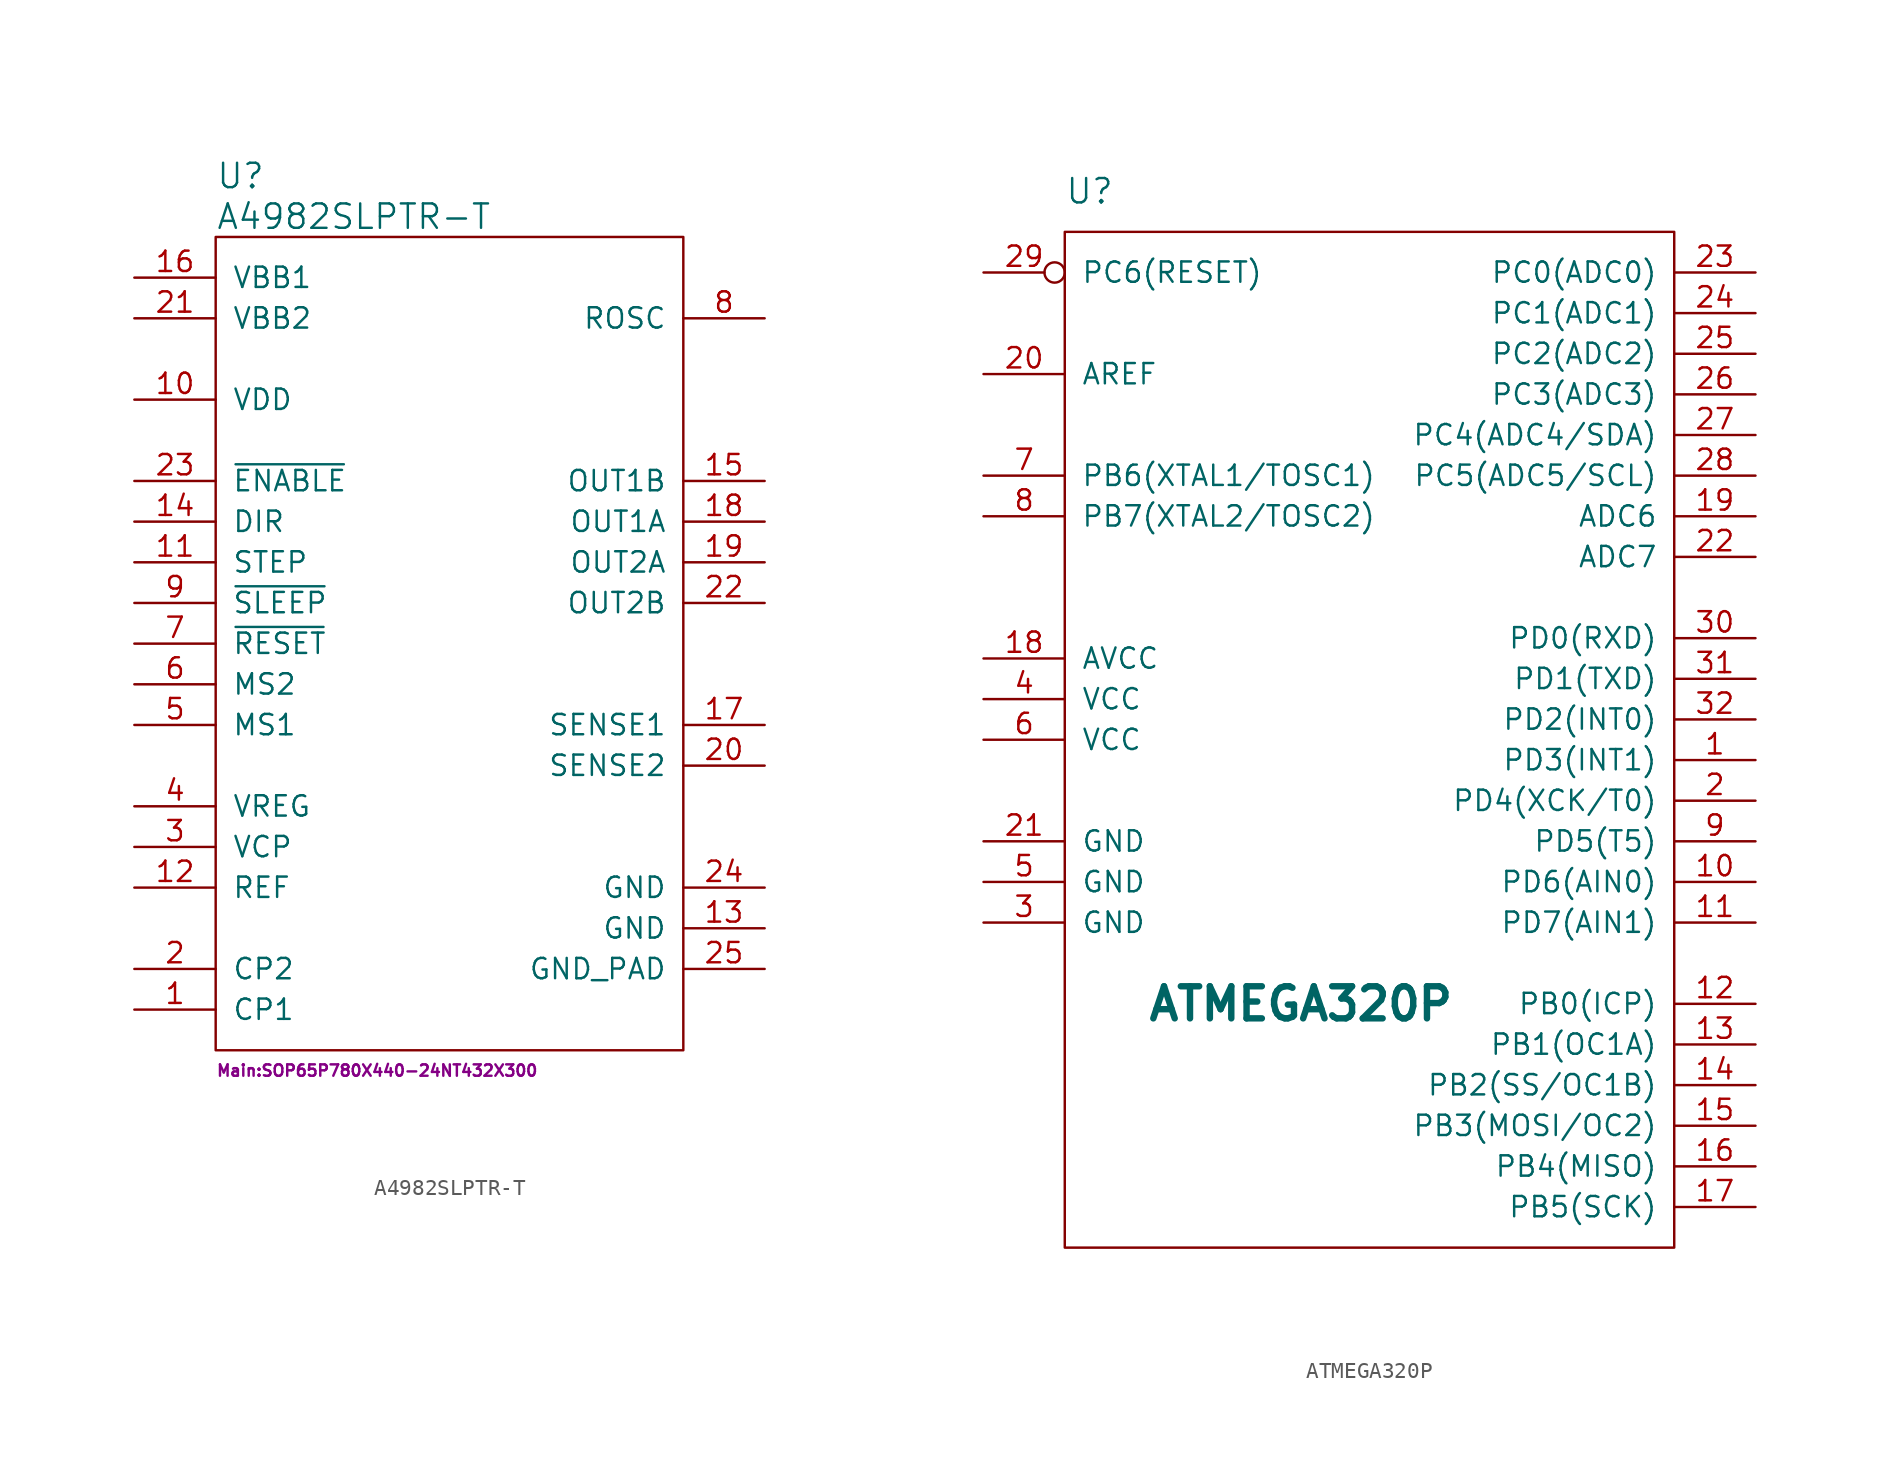
<source format=kicad_sym>
(kicad_symbol_lib
  (version 20211014)
  (generator kicad_symbol_editor)
  (symbol "A4982SLPTR-T"
    (pin_names
      (offset 1.016))
    (property "Reference" "U"
      (at -15.24 29.21 0)
      (effects (font (size 1.524 1.524)) (justify left)))
    (property "Value" "A4982SLPTR-T"
      (at -15.24 26.67 0)
      (effects (font (size 1.524 1.524)) (justify left)))
    (property "Footprint" "Main:SOP65P780X440-24NT432X300"
      (at -15.24 -26.67 0)
      (effects (font (size 0.711 0.711)) (justify left)))
    (property "Datasheet" ""
      (at 0 -15.24 0)
      (effects (font (size 1.524 1.524))))
    (symbol "A4982SLPTR-T_0_1"
      (rectangle (start -15.24 25.4) (end 13.97 -25.4) (stroke (width 0) (type default) (color 0 0 0 0)) (fill (type none))))
    (symbol "A4982SLPTR-T_1_1"
      (pin bidirectional line (at -20.32 -22.86 0) (length 5.08) (name "CP1" (effects (font (size 1.27 1.27)))) (number "1" (effects (font (size 1.27 1.27)))))
      (pin power_in line (at -20.32 15.24 0) (length 5.08) (name "VDD" (effects (font (size 1.27 1.27)))) (number "10" (effects (font (size 1.27 1.27)))))
      (pin input line (at -20.32 5.08 0) (length 5.08) (name "STEP" (effects (font (size 1.27 1.27)))) (number "11" (effects (font (size 1.27 1.27)))))
      (pin input line (at -20.32 -15.24 0) (length 5.08) (name "REF" (effects (font (size 1.27 1.27)))) (number "12" (effects (font (size 1.27 1.27)))))
      (pin power_in line (at 19.05 -17.78 180) (length 5.08) (name "GND" (effects (font (size 1.27 1.27)))) (number "13" (effects (font (size 1.27 1.27)))))
      (pin input line (at -20.32 7.62 0) (length 5.08) (name "DIR" (effects (font (size 1.27 1.27)))) (number "14" (effects (font (size 1.27 1.27)))))
      (pin output line (at 19.05 10.16 180) (length 5.08) (name "OUT1B" (effects (font (size 1.27 1.27)))) (number "15" (effects (font (size 1.27 1.27)))))
      (pin power_in line (at -20.32 22.86 0) (length 5.08) (name "VBB1" (effects (font (size 1.27 1.27)))) (number "16" (effects (font (size 1.27 1.27)))))
      (pin bidirectional line (at 19.05 -5.08 180) (length 5.08) (name "SENSE1" (effects (font (size 1.27 1.27)))) (number "17" (effects (font (size 1.27 1.27)))))
      (pin output line (at 19.05 7.62 180) (length 5.08) (name "OUT1A" (effects (font (size 1.27 1.27)))) (number "18" (effects (font (size 1.27 1.27)))))
      (pin output line (at 19.05 5.08 180) (length 5.08) (name "OUT2A" (effects (font (size 1.27 1.27)))) (number "19" (effects (font (size 1.27 1.27)))))
      (pin bidirectional line (at -20.32 -20.32 0) (length 5.08) (name "CP2" (effects (font (size 1.27 1.27)))) (number "2" (effects (font (size 1.27 1.27)))))
      (pin bidirectional line (at 19.05 -7.62 180) (length 5.08) (name "SENSE2" (effects (font (size 1.27 1.27)))) (number "20" (effects (font (size 1.27 1.27)))))
      (pin power_in line (at -20.32 20.32 0) (length 5.08) (name "VBB2" (effects (font (size 1.27 1.27)))) (number "21" (effects (font (size 1.27 1.27)))))
      (pin output line (at 19.05 2.54 180) (length 5.08) (name "OUT2B" (effects (font (size 1.27 1.27)))) (number "22" (effects (font (size 1.27 1.27)))))
      (pin input line (at -20.32 10.16 0) (length 5.08) (name "~{ENABLE}" (effects (font (size 1.27 1.27)))) (number "23" (effects (font (size 1.27 1.27)))))
      (pin power_in line (at 19.05 -15.24 180) (length 5.08) (name "GND" (effects (font (size 1.27 1.27)))) (number "24" (effects (font (size 1.27 1.27)))))
      (pin power_in line (at 19.05 -20.32 180) (length 5.08) (name "GND_PAD" (effects (font (size 1.27 1.27)))) (number "25" (effects (font (size 1.27 1.27)))))
      (pin bidirectional line (at -20.32 -12.7 0) (length 5.08) (name "VCP" (effects (font (size 1.27 1.27)))) (number "3" (effects (font (size 1.27 1.27)))))
      (pin bidirectional line (at -20.32 -10.16 0) (length 5.08) (name "VREG" (effects (font (size 1.27 1.27)))) (number "4" (effects (font (size 1.27 1.27)))))
      (pin input line (at -20.32 -5.08 0) (length 5.08) (name "MS1" (effects (font (size 1.27 1.27)))) (number "5" (effects (font (size 1.27 1.27)))))
      (pin input line (at -20.32 -2.54 0) (length 5.08) (name "MS2" (effects (font (size 1.27 1.27)))) (number "6" (effects (font (size 1.27 1.27)))))
      (pin input line (at -20.32 0 0) (length 5.08) (name "~{RESET}" (effects (font (size 1.27 1.27)))) (number "7" (effects (font (size 1.27 1.27)))))
      (pin bidirectional line (at 19.05 20.32 180) (length 5.08) (name "ROSC" (effects (font (size 1.27 1.27)))) (number "8" (effects (font (size 1.27 1.27)))))
      (pin input line (at -20.32 2.54 0) (length 5.08) (name "~{SLEEP}" (effects (font (size 1.27 1.27)))) (number "9" (effects (font (size 1.27 1.27)))))))
  (symbol "ATMEGA320P"
    (pin_names
      (offset 1.016))
    (property "Reference" "U"
      (at -6.35 31.75 0)
      (effects (font (size 1.524 1.524)) (justify left)))
    (property "Value" "ATMEGA320P"
      (at -1.27 -19.05 0)
      (effects (font (size 2.007 2.007) bold) (justify left)))
    (property "Footprint" ""
      (at 0 0 0)
      (effects (font (size 1.524 1.524))))
    (property "Datasheet" ""
      (at 0 0 0)
      (effects (font (size 1.524 1.524))))
    (symbol "ATMEGA320P_0_1"
      (rectangle (start -6.35 29.21) (end 31.75 -34.29) (stroke (width 0) (type default) (color 0 0 0 0)) (fill (type none))))
    (symbol "ATMEGA320P_1_1"
      (pin bidirectional line (at 36.83 -3.81 180) (length 5.08) (name "PD3(INT1)" (effects (font (size 1.27 1.27)))) (number "1" (effects (font (size 1.27 1.27)))))
      (pin bidirectional line (at 36.83 -11.43 180) (length 5.08) (name "PD6(AIN0)" (effects (font (size 1.27 1.27)))) (number "10" (effects (font (size 1.27 1.27)))))
      (pin bidirectional line (at 36.83 -13.97 180) (length 5.08) (name "PD7(AIN1)" (effects (font (size 1.27 1.27)))) (number "11" (effects (font (size 1.27 1.27)))))
      (pin bidirectional line (at 36.83 -19.05 180) (length 5.08) (name "PB0(ICP)" (effects (font (size 1.27 1.27)))) (number "12" (effects (font (size 1.27 1.27)))))
      (pin bidirectional line (at 36.83 -21.59 180) (length 5.08) (name "PB1(OC1A)" (effects (font (size 1.27 1.27)))) (number "13" (effects (font (size 1.27 1.27)))))
      (pin bidirectional line (at 36.83 -24.13 180) (length 5.08) (name "PB2(SS/OC1B)" (effects (font (size 1.27 1.27)))) (number "14" (effects (font (size 1.27 1.27)))))
      (pin bidirectional line (at 36.83 -26.67 180) (length 5.08) (name "PB3(MOSI/OC2)" (effects (font (size 1.27 1.27)))) (number "15" (effects (font (size 1.27 1.27)))))
      (pin bidirectional line (at 36.83 -29.21 180) (length 5.08) (name "PB4(MISO)" (effects (font (size 1.27 1.27)))) (number "16" (effects (font (size 1.27 1.27)))))
      (pin bidirectional line (at 36.83 -31.75 180) (length 5.08) (name "PB5(SCK)" (effects (font (size 1.27 1.27)))) (number "17" (effects (font (size 1.27 1.27)))))
      (pin power_in line (at -11.43 2.54 0) (length 5.08) (name "AVCC" (effects (font (size 1.27 1.27)))) (number "18" (effects (font (size 1.27 1.27)))))
      (pin bidirectional line (at 36.83 11.43 180) (length 5.08) (name "ADC6" (effects (font (size 1.27 1.27)))) (number "19" (effects (font (size 1.27 1.27)))))
      (pin bidirectional line (at 36.83 -6.35 180) (length 5.08) (name "PD4(XCK/T0)" (effects (font (size 1.27 1.27)))) (number "2" (effects (font (size 1.27 1.27)))))
      (pin input line (at -11.43 20.32 0) (length 5.08) (name "AREF" (effects (font (size 1.27 1.27)))) (number "20" (effects (font (size 1.27 1.27)))))
      (pin power_in line (at -11.43 -8.89 0) (length 5.08) (name "GND" (effects (font (size 1.27 1.27)))) (number "21" (effects (font (size 1.27 1.27)))))
      (pin input line (at 36.83 8.89 180) (length 5.08) (name "ADC7" (effects (font (size 1.27 1.27)))) (number "22" (effects (font (size 1.27 1.27)))))
      (pin bidirectional line (at 36.83 26.67 180) (length 5.08) (name "PC0(ADC0)" (effects (font (size 1.27 1.27)))) (number "23" (effects (font (size 1.27 1.27)))))
      (pin bidirectional line (at 36.83 24.13 180) (length 5.08) (name "PC1(ADC1)" (effects (font (size 1.27 1.27)))) (number "24" (effects (font (size 1.27 1.27)))))
      (pin bidirectional line (at 36.83 21.59 180) (length 5.08) (name "PC2(ADC2)" (effects (font (size 1.27 1.27)))) (number "25" (effects (font (size 1.27 1.27)))))
      (pin bidirectional line (at 36.83 19.05 180) (length 5.08) (name "PC3(ADC3)" (effects (font (size 1.27 1.27)))) (number "26" (effects (font (size 1.27 1.27)))))
      (pin bidirectional line (at 36.83 16.51 180) (length 5.08) (name "PC4(ADC4/SDA)" (effects (font (size 1.27 1.27)))) (number "27" (effects (font (size 1.27 1.27)))))
      (pin bidirectional line (at 36.83 13.97 180) (length 5.08) (name "PC5(ADC5/SCL)" (effects (font (size 1.27 1.27)))) (number "28" (effects (font (size 1.27 1.27)))))
      (pin bidirectional inverted (at -11.43 26.67 0) (length 5.08) (name "PC6(RESET)" (effects (font (size 1.27 1.27)))) (number "29" (effects (font (size 1.27 1.27)))))
      (pin power_in line (at -11.43 -13.97 0) (length 5.08) (name "GND" (effects (font (size 1.27 1.27)))) (number "3" (effects (font (size 1.27 1.27)))))
      (pin bidirectional line (at 36.83 3.81 180) (length 5.08) (name "PD0(RXD)" (effects (font (size 1.27 1.27)))) (number "30" (effects (font (size 1.27 1.27)))))
      (pin bidirectional line (at 36.83 1.27 180) (length 5.08) (name "PD1(TXD)" (effects (font (size 1.27 1.27)))) (number "31" (effects (font (size 1.27 1.27)))))
      (pin bidirectional line (at 36.83 -1.27 180) (length 5.08) (name "PD2(INT0)" (effects (font (size 1.27 1.27)))) (number "32" (effects (font (size 1.27 1.27)))))
      (pin power_in line (at -11.43 0 0) (length 5.08) (name "VCC" (effects (font (size 1.27 1.27)))) (number "4" (effects (font (size 1.27 1.27)))))
      (pin power_in line (at -11.43 -11.43 0) (length 5.08) (name "GND" (effects (font (size 1.27 1.27)))) (number "5" (effects (font (size 1.27 1.27)))))
      (pin power_in line (at -11.43 -2.54 0) (length 5.08) (name "VCC" (effects (font (size 1.27 1.27)))) (number "6" (effects (font (size 1.27 1.27)))))
      (pin bidirectional line (at -11.43 13.97 0) (length 5.08) (name "PB6(XTAL1/TOSC1)" (effects (font (size 1.27 1.27)))) (number "7" (effects (font (size 1.27 1.27)))))
      (pin bidirectional line (at -11.43 11.43 0) (length 5.08) (name "PB7(XTAL2/TOSC2)" (effects (font (size 1.27 1.27)))) (number "8" (effects (font (size 1.27 1.27)))))
      (pin bidirectional line (at 36.83 -8.89 180) (length 5.08) (name "PD5(T5)" (effects (font (size 1.27 1.27)))) (number "9" (effects (font (size 1.27 1.27))))))))
</source>
